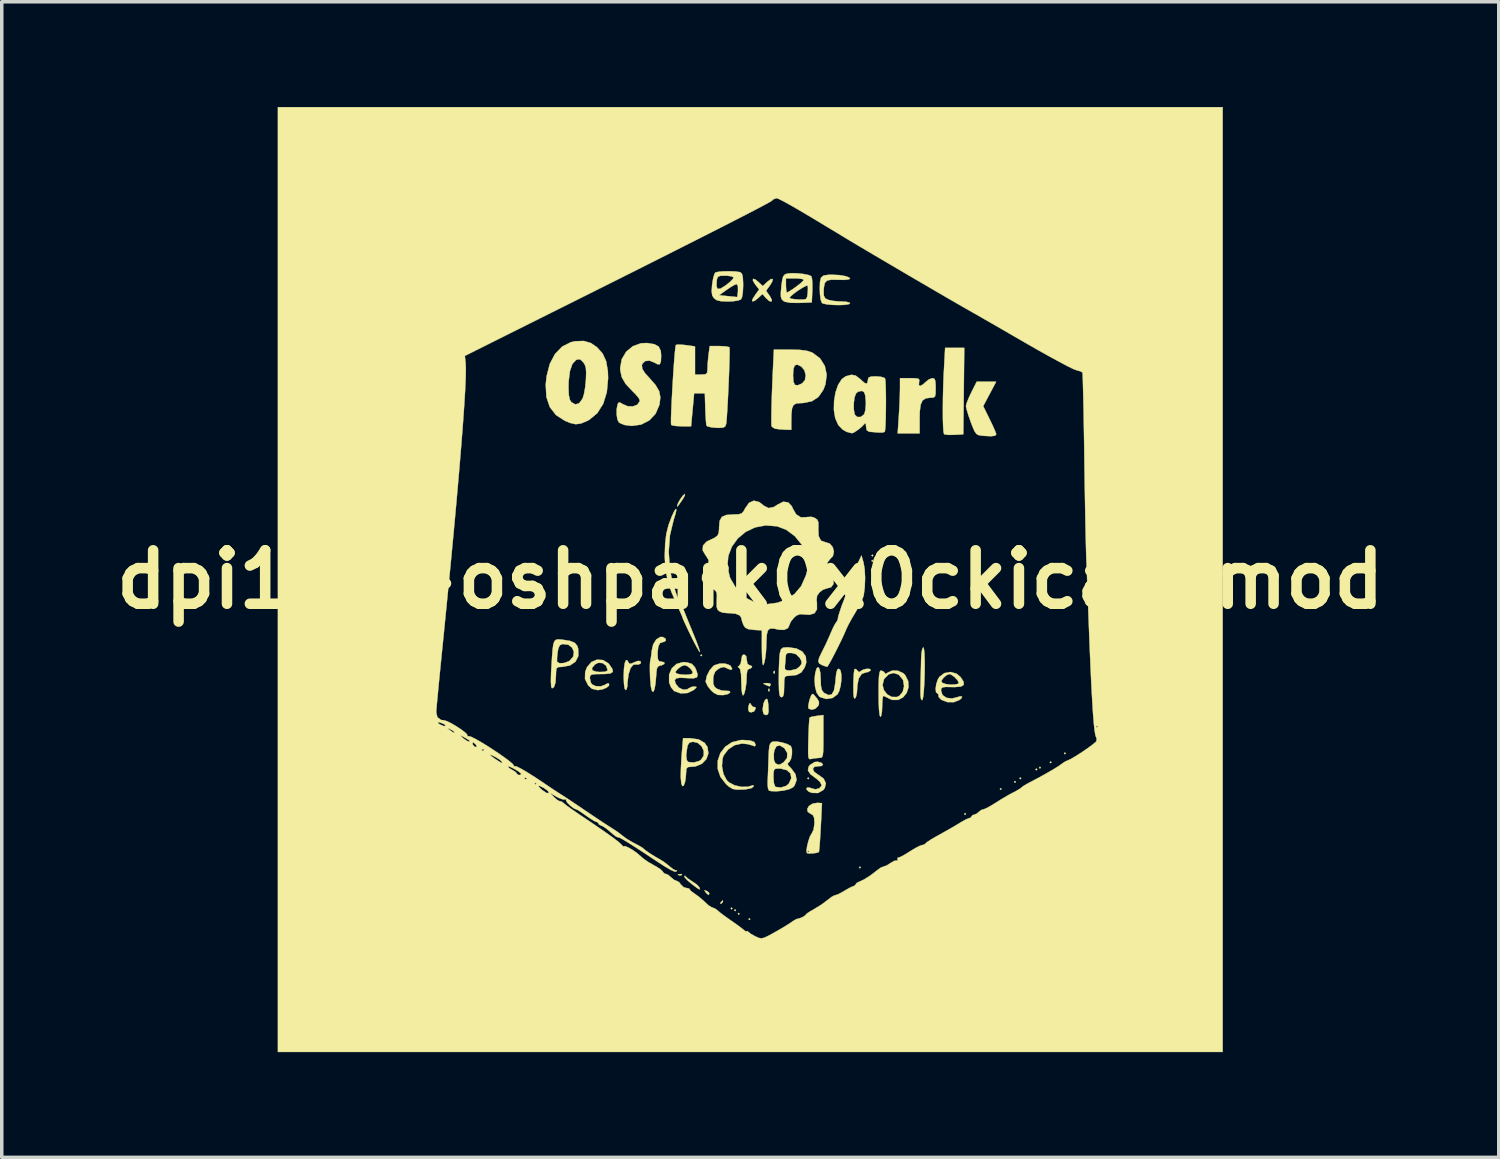
<source format=kicad_pcb>
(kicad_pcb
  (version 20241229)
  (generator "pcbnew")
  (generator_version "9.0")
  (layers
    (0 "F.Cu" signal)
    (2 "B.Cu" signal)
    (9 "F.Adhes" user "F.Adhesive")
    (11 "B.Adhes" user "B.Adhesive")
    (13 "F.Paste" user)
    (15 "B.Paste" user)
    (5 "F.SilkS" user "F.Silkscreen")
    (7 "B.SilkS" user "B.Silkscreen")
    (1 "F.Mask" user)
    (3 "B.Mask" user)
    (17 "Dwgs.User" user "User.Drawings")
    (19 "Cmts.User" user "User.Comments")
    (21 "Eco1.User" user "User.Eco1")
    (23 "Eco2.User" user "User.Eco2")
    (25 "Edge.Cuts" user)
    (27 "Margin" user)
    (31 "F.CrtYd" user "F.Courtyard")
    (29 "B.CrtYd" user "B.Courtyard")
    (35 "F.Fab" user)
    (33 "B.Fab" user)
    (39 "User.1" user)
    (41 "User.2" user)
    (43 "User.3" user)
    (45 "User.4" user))
  (footprint "dpi100-oshpark0x0ckicad_mod"
    (layer "F.Cu")
    (at 18.332 13.467)
    (property "Reference" "dpi100-oshpark0x0ckicad_mod" (at 0 0 0) (layer "F.SilkS") (effects (font (size 1.524 1.524) (thickness 0.3))))
    (attr through_hole)
    (fp_poly (pts (xy -1.372 2.159) (xy -1.397 2.184) (xy -1.422 2.159) (xy -1.397 2.134) (xy -1.372 2.159)) (stroke (width 0.01) (type solid)) (fill yes) (layer "F.SilkS"))
    (fp_poly (pts (xy -0.508 9.373) (xy -0.533 9.398) (xy -0.559 9.373) (xy -0.533 9.347) (xy -0.508 9.373)) (stroke (width 0.01) (type solid)) (fill yes) (layer "F.SilkS"))
    (fp_poly (pts (xy -0.406 9.423) (xy -0.432 9.449) (xy -0.457 9.423) (xy -0.432 9.398) (xy -0.406 9.423)) (stroke (width 0.01) (type solid)) (fill yes) (layer "F.SilkS"))
    (fp_poly (pts (xy -0.305 9.525) (xy -0.33 9.55) (xy -0.356 9.525) (xy -0.33 9.5) (xy -0.305 9.525)) (stroke (width 0.01) (type solid)) (fill yes) (layer "F.SilkS"))
    (fp_poly (pts (xy 0 9.677) (xy -0.025 9.703) (xy -0.051 9.677) (xy -0.025 9.652) (xy 0 9.677)) (stroke (width 0.01) (type solid)) (fill yes) (layer "F.SilkS"))
    (fp_poly (pts (xy 1.676 5.664) (xy 1.651 5.69) (xy 1.626 5.664) (xy 1.651 5.639) (xy 1.676 5.664)) (stroke (width 0.01) (type solid)) (fill yes) (layer "F.SilkS"))
    (fp_poly (pts (xy 3.15 8.204) (xy 3.124 8.23) (xy 3.099 8.204) (xy 3.124 8.179) (xy 3.15 8.204)) (stroke (width 0.01) (type solid)) (fill yes) (layer "F.SilkS"))
    (fp_poly (pts (xy 3.505 -0.686) (xy 3.48 -0.66) (xy 3.454 -0.686) (xy 3.48 -0.711) (xy 3.505 -0.686)) (stroke (width 0.01) (type solid)) (fill yes) (layer "F.SilkS"))
    (fp_poly (pts (xy 3.505 -0.533) (xy 3.48 -0.508) (xy 3.454 -0.533) (xy 3.48 -0.559) (xy 3.505 -0.533)) (stroke (width 0.01) (type solid)) (fill yes) (layer "F.SilkS"))
    (fp_poly (pts (xy 6.147 6.68) (xy 6.121 6.706) (xy 6.096 6.68) (xy 6.121 6.655) (xy 6.147 6.68)) (stroke (width 0.01) (type solid)) (fill yes) (layer "F.SilkS"))
    (fp_poly (pts (xy 7.163 5.969) (xy 7.137 5.994) (xy 7.112 5.969) (xy 7.137 5.944) (xy 7.163 5.969)) (stroke (width 0.01) (type solid)) (fill yes) (layer "F.SilkS"))
    (fp_poly (pts (xy 7.569 5.766) (xy 7.544 5.791) (xy 7.518 5.766) (xy 7.544 5.74) (xy 7.569 5.766)) (stroke (width 0.01) (type solid)) (fill yes) (layer "F.SilkS"))
    (fp_poly (pts (xy 7.722 5.664) (xy 7.696 5.69) (xy 7.671 5.664) (xy 7.696 5.639) (xy 7.722 5.664)) (stroke (width 0.01) (type solid)) (fill yes) (layer "F.SilkS"))
    (fp_poly (pts (xy 8.179 5.41) (xy 8.153 5.436) (xy 8.128 5.41) (xy 8.153 5.385) (xy 8.179 5.41)) (stroke (width 0.01) (type solid)) (fill yes) (layer "F.SilkS"))
    (fp_poly (pts (xy 8.28 5.359) (xy 8.255 5.385) (xy 8.23 5.359) (xy 8.255 5.334) (xy 8.28 5.359)) (stroke (width 0.01) (type solid)) (fill yes) (layer "F.SilkS"))
    (fp_poly (pts (xy 8.585 5.207) (xy 8.56 5.232) (xy 8.534 5.207) (xy 8.56 5.182) (xy 8.585 5.207)) (stroke (width 0.01) (type solid)) (fill yes) (layer "F.SilkS"))
    (fp_poly (pts (xy 8.992 4.953) (xy 8.966 4.978) (xy 8.941 4.953) (xy 8.966 4.928) (xy 8.992 4.953)) (stroke (width 0.01) (type solid)) (fill yes) (layer "F.SilkS"))
    (fp_poly (pts (xy -1.944 8.402) (xy -1.959 8.425) (xy -2.011 8.429) (xy -2.065 8.416) (xy -2.042 8.398) (xy -1.962 8.392) (xy -1.944 8.402)) (stroke (width 0.01) (type solid)) (fill yes) (layer "F.SilkS"))
    (fp_poly (pts (xy 0.542 3.116) (xy 0.548 3.176) (xy 0.542 3.183) (xy 0.512 3.176) (xy 0.508 3.15) (xy 0.527 3.108) (xy 0.542 3.116)) (stroke (width 0.01) (type solid)) (fill yes) (layer "F.SilkS"))
    (fp_poly (pts (xy 0.694 2.608) (xy 0.7 2.668) (xy 0.694 2.675) (xy 0.664 2.668) (xy 0.66 2.642) (xy 0.679 2.6) (xy 0.694 2.608)) (stroke (width 0.01) (type solid)) (fill yes) (layer "F.SilkS"))
    (fp_poly (pts (xy -1.268 8.863) (xy -1.252 8.869) (xy -1.18 8.918) (xy -1.168 8.946) (xy -1.186 8.989) (xy -1.244 8.945) (xy -1.271 8.914) (xy -1.308 8.859) (xy -1.268 8.863)) (stroke (width 0.01) (type solid)) (fill yes) (layer "F.SilkS"))
    (fp_poly (pts (xy -0.778 9.177) (xy -0.787 9.195) (xy -0.835 9.243) (xy -0.844 9.246) (xy -0.848 9.213) (xy -0.838 9.195) (xy -0.79 9.146) (xy -0.781 9.144) (xy -0.778 9.177)) (stroke (width 0.01) (type solid)) (fill yes) (layer "F.SilkS"))
    (fp_poly (pts (xy 0.567 2.962) (xy 0.584 2.997) (xy 0.548 3.043) (xy 0.543 3.044) (xy 0.495 3.024) (xy 0.432 2.997) (xy 0.372 2.966) (xy 0.401 2.953) (xy 0.473 2.95) (xy 0.567 2.962)) (stroke (width 0.01) (type solid)) (fill yes) (layer "F.SilkS"))
    (fp_poly (pts (xy -1.863 -2.402) (xy -1.911 -2.312) (xy -1.936 -2.273) (xy -2.022 -2.149) (xy -2.066 -2.091) (xy -2.081 -2.082) (xy -2.083 -2.105) (xy -2.057 -2.182) (xy -1.997 -2.288) (xy -1.926 -2.386) (xy -1.871 -2.437) (xy -1.865 -2.438) (xy -1.863 -2.402)) (stroke (width 0.01) (type solid)) (fill yes) (layer "F.SilkS"))
    (fp_poly (pts (xy 0.007 3.533) (xy 0.024 3.568) (xy 0.074 3.629) (xy 0.107 3.629) (xy 0.147 3.643) (xy 0.152 3.675) (xy 0.112 3.755) (xy 0.023 3.785) (xy -0.034 3.767) (xy -0.059 3.699) (xy -0.049 3.607) (xy -0.02 3.524) (xy 0.007 3.533)) (stroke (width 0.01) (type solid)) (fill yes) (layer "F.SilkS"))
    (fp_poly (pts (xy 0.495 3.431) (xy 0.511 3.544) (xy 0.516 3.608) (xy 0.521 3.76) (xy 0.504 3.836) (xy 0.459 3.86) (xy 0.445 3.861) (xy 0.382 3.835) (xy 0.358 3.743) (xy 0.356 3.679) (xy 0.375 3.537) (xy 0.421 3.433) (xy 0.427 3.427) (xy 0.47 3.398) (xy 0.495 3.431)) (stroke (width 0.01) (type solid)) (fill yes) (layer "F.SilkS"))
    (fp_poly (pts (xy 1.803 3.271) (xy 1.91 3.399) (xy 1.957 3.483) (xy 1.956 3.551) (xy 1.932 3.604) (xy 1.852 3.681) (xy 1.749 3.709) (xy 1.665 3.678) (xy 1.657 3.667) (xy 1.654 3.596) (xy 1.678 3.469) (xy 1.692 3.419) (xy 1.74 3.291) (xy 1.784 3.257) (xy 1.803 3.271)) (stroke (width 0.01) (type solid)) (fill yes) (layer "F.SilkS"))
    (fp_poly (pts (xy 6.071 -4.14) (xy 5.815 -4.125) (xy 5.661 -4.123) (xy 5.551 -4.135) (xy 5.523 -4.146) (xy 5.507 -4.213) (xy 5.496 -4.365) (xy 5.489 -4.586) (xy 5.488 -4.86) (xy 5.491 -5.172) (xy 5.499 -5.505) (xy 5.512 -5.844) (xy 5.52 -5.986) (xy 5.553 -6.604) (xy 6.098 -6.604) (xy 6.071 -4.14)) (stroke (width 0.01) (type solid)) (fill yes) (layer "F.SilkS"))
    (fp_poly (pts (xy -1.841 8.462) (xy -1.774 8.522) (xy -1.66 8.6) (xy -1.64 8.612) (xy -1.525 8.691) (xy -1.456 8.764) (xy -1.451 8.773) (xy -1.436 8.822) (xy -1.453 8.829) (xy -1.518 8.789) (xy -1.645 8.693) (xy -1.667 8.676) (xy -1.787 8.575) (xy -1.864 8.492) (xy -1.879 8.46) (xy -1.861 8.438) (xy -1.841 8.462)) (stroke (width 0.01) (type solid)) (fill yes) (layer "F.SilkS"))
    (fp_poly (pts (xy 4.949 1.977) (xy 4.963 2.104) (xy 4.97 2.29) (xy 4.971 2.512) (xy 4.967 2.75) (xy 4.958 2.983) (xy 4.944 3.188) (xy 4.927 3.344) (xy 4.905 3.43) (xy 4.897 3.439) (xy 4.867 3.409) (xy 4.851 3.289) (xy 4.85 3.075) (xy 4.851 3.037) (xy 4.857 2.781) (xy 4.864 2.508) (xy 4.869 2.278) (xy 4.869 2.273) (xy 4.88 2.095) (xy 4.902 1.973) (xy 4.929 1.93) (xy 4.949 1.977)) (stroke (width 0.01) (type solid)) (fill yes) (layer "F.SilkS"))
    (fp_poly (pts (xy 2.083 4.471) (xy 2.082 4.728) (xy 2.078 4.9) (xy 2.067 5.004) (xy 2.046 5.058) (xy 2.012 5.078) (xy 1.968 5.081) (xy 1.822 5.095) (xy 1.747 5.11) (xy 1.702 5.118) (xy 1.672 5.104) (xy 1.656 5.049) (xy 1.649 4.939) (xy 1.651 4.757) (xy 1.656 4.545) (xy 1.664 4.31) (xy 1.673 4.115) (xy 1.683 3.982) (xy 1.692 3.93) (xy 1.752 3.91) (xy 1.871 3.889) (xy 1.898 3.885) (xy 2.083 3.861) (xy 2.083 4.471)) (stroke (width 0.01) (type solid)) (fill yes) (layer "F.SilkS"))
    (fp_poly (pts (xy -3.504 2.302) (xy -3.476 2.354) (xy -3.442 2.4) (xy -3.375 2.389) (xy -3.315 2.36) (xy -3.199 2.318) (xy -3.127 2.327) (xy -3.121 2.381) (xy -3.129 2.395) (xy -3.196 2.424) (xy -3.235 2.417) (xy -3.332 2.425) (xy -3.412 2.523) (xy -3.47 2.7) (xy -3.5 2.946) (xy -3.503 3.035) (xy -3.524 3.125) (xy -3.556 3.15) (xy -3.581 3.102) (xy -3.599 2.973) (xy -3.607 2.78) (xy -3.607 2.746) (xy -3.599 2.532) (xy -3.576 2.379) (xy -3.543 2.299) (xy -3.504 2.302)) (stroke (width 0.01) (type solid)) (fill yes) (layer "F.SilkS"))
    (fp_poly (pts (xy 6.823 -5.291) (xy 6.638 -4.943) (xy 6.824 -4.566) (xy 6.91 -4.386) (xy 6.975 -4.239) (xy 7.008 -4.15) (xy 7.01 -4.138) (xy 6.974 -4.099) (xy 6.857 -4.085) (xy 6.653 -4.096) (xy 6.602 -4.101) (xy 6.509 -4.116) (xy 6.445 -4.151) (xy 6.391 -4.227) (xy 6.331 -4.366) (xy 6.284 -4.49) (xy 6.218 -4.678) (xy 6.17 -4.837) (xy 6.147 -4.937) (xy 6.147 -4.946) (xy 6.169 -5.034) (xy 6.226 -5.178) (xy 6.3 -5.335) (xy 6.453 -5.639) (xy 7.007 -5.639) (xy 6.823 -5.291)) (stroke (width 0.01) (type solid)) (fill yes) (layer "F.SilkS"))
    (fp_poly (pts (xy 0.147 -8.55) (xy 0.229 -8.483) (xy 0.356 -8.364) (xy 0.482 -8.483) (xy 0.588 -8.564) (xy 0.639 -8.564) (xy 0.626 -8.493) (xy 0.561 -8.385) (xy 0.45 -8.23) (xy 0.559 -8.077) (xy 0.615 -7.97) (xy 0.602 -7.922) (xy 0.537 -7.941) (xy 0.439 -8.032) (xy 0.348 -8.138) (xy 0.234 -8.032) (xy 0.124 -7.944) (xy 0.061 -7.929) (xy 0.051 -7.955) (xy 0.077 -8.013) (xy 0.143 -8.114) (xy 0.152 -8.127) (xy 0.253 -8.269) (xy 0.146 -8.404) (xy 0.075 -8.519) (xy 0.079 -8.571) (xy 0.147 -8.55)) (stroke (width 0.01) (type solid)) (fill yes) (layer "F.SilkS"))
    (fp_poly (pts (xy 3.408 2.548) (xy 3.434 2.581) (xy 3.429 2.591) (xy 3.357 2.635) (xy 3.307 2.642) (xy 3.177 2.687) (xy 3.089 2.818) (xy 3.05 3.024) (xy 3.048 3.087) (xy 3.038 3.233) (xy 3.013 3.339) (xy 2.983 3.391) (xy 2.956 3.372) (xy 2.941 3.27) (xy 2.941 3.267) (xy 2.938 3.066) (xy 2.941 2.866) (xy 2.95 2.694) (xy 2.964 2.578) (xy 2.975 2.545) (xy 3.02 2.557) (xy 3.049 2.592) (xy 3.101 2.639) (xy 3.158 2.603) (xy 3.233 2.561) (xy 3.329 2.542) (xy 3.408 2.548)) (stroke (width 0.01) (type solid)) (fill yes) (layer "F.SilkS"))
    (fp_poly (pts (xy -0.117 2.179) (xy -0.102 2.286) (xy -0.079 2.407) (xy -0.025 2.438) (xy 0.042 2.466) (xy 0.051 2.489) (xy 0.01 2.534) (xy -0.025 2.54) (xy -0.08 2.576) (xy -0.101 2.694) (xy -0.102 2.731) (xy -0.111 2.928) (xy -0.135 3.106) (xy -0.167 3.239) (xy -0.203 3.3) (xy -0.21 3.302) (xy -0.231 3.255) (xy -0.247 3.132) (xy -0.254 2.957) (xy -0.254 2.925) (xy -0.263 2.69) (xy -0.29 2.554) (xy -0.318 2.519) (xy -0.355 2.485) (xy -0.318 2.46) (xy -0.272 2.392) (xy -0.254 2.282) (xy -0.231 2.164) (xy -0.178 2.134) (xy -0.117 2.179)) (stroke (width 0.01) (type solid)) (fill yes) (layer "F.SilkS"))
    (fp_poly (pts (xy 1.969 2.54) (xy 1.997 2.663) (xy 2.007 2.84) (xy 2.013 3.029) (xy 2.038 3.145) (xy 2.087 3.215) (xy 2.105 3.23) (xy 2.231 3.293) (xy 2.324 3.27) (xy 2.387 3.156) (xy 2.423 2.947) (xy 2.429 2.874) (xy 2.449 2.678) (xy 2.479 2.571) (xy 2.521 2.54) (xy 2.57 2.584) (xy 2.594 2.698) (xy 2.596 2.854) (xy 2.576 3.021) (xy 2.536 3.173) (xy 2.486 3.27) (xy 2.345 3.374) (xy 2.17 3.403) (xy 1.998 3.352) (xy 1.964 3.33) (xy 1.89 3.22) (xy 1.845 3.044) (xy 1.833 2.833) (xy 1.851 2.667) (xy 1.889 2.534) (xy 1.931 2.495) (xy 1.969 2.54)) (stroke (width 0.01) (type solid)) (fill yes) (layer "F.SilkS"))
    (fp_poly (pts (xy 2.033 5.225) (xy 2.071 5.274) (xy 2.032 5.312) (xy 1.948 5.319) (xy 1.827 5.336) (xy 1.784 5.396) (xy 1.82 5.479) (xy 1.935 5.563) (xy 1.948 5.569) (xy 2.093 5.676) (xy 2.154 5.806) (xy 2.123 5.941) (xy 2.077 6) (xy 1.929 6.083) (xy 1.755 6.079) (xy 1.663 6.041) (xy 1.599 5.976) (xy 1.615 5.929) (xy 1.693 5.929) (xy 1.732 5.946) (xy 1.856 5.977) (xy 1.967 5.95) (xy 2.027 5.878) (xy 2.03 5.851) (xy 1.989 5.769) (xy 1.89 5.678) (xy 1.869 5.664) (xy 1.71 5.543) (xy 1.643 5.437) (xy 1.663 5.335) (xy 1.701 5.284) (xy 1.833 5.2) (xy 1.924 5.192) (xy 2.033 5.225)) (stroke (width 0.01) (type solid)) (fill yes) (layer "F.SilkS"))
    (fp_poly (pts (xy 4.714 -5.737) (xy 4.795 -5.721) (xy 4.819 -5.685) (xy 4.811 -5.639) (xy 4.805 -5.539) (xy 4.853 -5.519) (xy 4.945 -5.58) (xy 4.98 -5.615) (xy 5.087 -5.702) (xy 5.186 -5.74) (xy 5.19 -5.74) (xy 5.244 -5.725) (xy 5.273 -5.665) (xy 5.283 -5.535) (xy 5.283 -5.461) (xy 5.281 -5.301) (xy 5.264 -5.218) (xy 5.219 -5.187) (xy 5.134 -5.182) (xy 4.999 -5.165) (xy 4.909 -5.104) (xy 4.855 -4.984) (xy 4.83 -4.789) (xy 4.826 -4.594) (xy 4.826 -4.166) (xy 4.201 -4.166) (xy 4.234 -4.661) (xy 4.249 -4.917) (xy 4.26 -5.172) (xy 4.266 -5.386) (xy 4.267 -5.448) (xy 4.267 -5.74) (xy 4.553 -5.74) (xy 4.714 -5.737)) (stroke (width 0.01) (type solid)) (fill yes) (layer "F.SilkS"))
    (fp_poly (pts (xy -0.709 2.396) (xy -0.583 2.442) (xy -0.558 2.465) (xy -0.515 2.546) (xy -0.549 2.574) (xy -0.644 2.538) (xy -0.656 2.531) (xy -0.75 2.491) (xy -0.847 2.513) (xy -0.902 2.542) (xy -1 2.62) (xy -1.046 2.737) (xy -1.057 2.826) (xy -1.055 2.973) (xy -1.014 3.062) (xy -0.955 3.11) (xy -0.814 3.163) (xy -0.695 3.171) (xy -0.591 3.177) (xy -0.572 3.216) (xy -0.631 3.26) (xy -0.751 3.289) (xy -0.779 3.292) (xy -0.924 3.287) (xy -1.041 3.226) (xy -1.118 3.157) (xy -1.214 3.036) (xy -1.267 2.923) (xy -1.27 2.897) (xy -1.237 2.741) (xy -1.155 2.58) (xy -1.049 2.46) (xy -1.019 2.44) (xy -0.869 2.394) (xy -0.709 2.396)) (stroke (width 0.01) (type solid)) (fill yes) (layer "F.SilkS"))
    (fp_poly (pts (xy 1.928 6.364) (xy 2.043 6.372) (xy 2.009 7.059) (xy 1.994 7.312) (xy 1.98 7.526) (xy 1.967 7.682) (xy 1.956 7.76) (xy 1.954 7.766) (xy 1.889 7.788) (xy 1.777 7.803) (xy 1.668 7.806) (xy 1.614 7.794) (xy 1.606 7.747) (xy 1.626 7.747) (xy 1.651 7.772) (xy 1.676 7.747) (xy 1.651 7.722) (xy 1.626 7.747) (xy 1.606 7.747) (xy 1.603 7.725) (xy 1.62 7.597) (xy 1.657 7.448) (xy 1.704 7.314) (xy 1.752 7.233) (xy 1.804 7.126) (xy 1.828 6.962) (xy 1.829 6.934) (xy 1.819 6.786) (xy 1.781 6.709) (xy 1.727 6.68) (xy 1.637 6.619) (xy 1.624 6.535) (xy 1.675 6.45) (xy 1.777 6.386) (xy 1.914 6.363) (xy 1.928 6.364)) (stroke (width 0.01) (type solid)) (fill yes) (layer "F.SilkS"))
    (fp_poly (pts (xy 2.536 -8.677) (xy 2.704 -8.649) (xy 2.814 -8.611) (xy 2.845 -8.575) (xy 2.798 -8.552) (xy 2.674 -8.541) (xy 2.513 -8.543) (xy 2.31 -8.546) (xy 2.187 -8.521) (xy 2.123 -8.452) (xy 2.097 -8.322) (xy 2.091 -8.226) (xy 2.096 -8.089) (xy 2.136 -8.015) (xy 2.213 -7.974) (xy 2.343 -7.944) (xy 2.519 -7.927) (xy 2.594 -7.925) (xy 2.738 -7.916) (xy 2.829 -7.892) (xy 2.845 -7.874) (xy 2.799 -7.846) (xy 2.682 -7.829) (xy 2.522 -7.823) (xy 2.348 -7.828) (xy 2.19 -7.842) (xy 2.076 -7.866) (xy 2.042 -7.884) (xy 2.009 -7.968) (xy 1.987 -8.124) (xy 1.981 -8.285) (xy 1.987 -8.486) (xy 2.017 -8.605) (xy 2.09 -8.665) (xy 2.223 -8.685) (xy 2.335 -8.687) (xy 2.536 -8.677)) (stroke (width 0.01) (type solid)) (fill yes) (layer "F.SilkS"))
    (fp_poly (pts (xy -2.419 1.679) (xy -2.403 1.738) (xy -2.457 1.776) (xy -2.48 1.778) (xy -2.569 1.807) (xy -2.621 1.902) (xy -2.641 2.079) (xy -2.642 2.138) (xy -2.633 2.269) (xy -2.597 2.326) (xy -2.54 2.337) (xy -2.453 2.358) (xy -2.449 2.403) (xy -2.526 2.443) (xy -2.553 2.448) (xy -2.622 2.471) (xy -2.66 2.534) (xy -2.677 2.663) (xy -2.68 2.718) (xy -2.702 2.972) (xy -2.732 3.133) (xy -2.767 3.202) (xy -2.802 3.174) (xy -2.832 3.05) (xy -2.853 2.827) (xy -2.855 2.781) (xy -2.861 2.582) (xy -2.86 2.422) (xy -2.854 2.327) (xy -2.851 2.316) (xy -2.834 2.241) (xy -2.817 2.105) (xy -2.81 2.037) (xy -2.767 1.847) (xy -2.68 1.708) (xy -2.566 1.637) (xy -2.498 1.636) (xy -2.419 1.679)) (stroke (width 0.01) (type solid)) (fill yes) (layer "F.SilkS"))
    (fp_poly (pts (xy -0.004 4.586) (xy 0.115 4.631) (xy 0.152 4.706) (xy 0.132 4.752) (xy 0.058 4.728) (xy 0.054 4.726) (xy -0.061 4.692) (xy -0.217 4.674) (xy -0.245 4.674) (xy -0.448 4.72) (xy -0.63 4.841) (xy -0.759 5.013) (xy -0.79 5.098) (xy -0.808 5.318) (xy -0.766 5.537) (xy -0.672 5.716) (xy -0.612 5.777) (xy -0.449 5.863) (xy -0.252 5.908) (xy -0.066 5.905) (xy 0.019 5.879) (xy 0.088 5.858) (xy 0.091 5.901) (xy 0.024 5.948) (xy -0.134 5.978) (xy -0.218 5.984) (xy -0.39 5.987) (xy -0.506 5.965) (xy -0.607 5.902) (xy -0.687 5.832) (xy -0.85 5.624) (xy -0.928 5.395) (xy -0.927 5.164) (xy -0.854 4.948) (xy -0.716 4.766) (xy -0.521 4.635) (xy -0.273 4.574) (xy -0.213 4.572) (xy -0.004 4.586)) (stroke (width 0.01) (type solid)) (fill yes) (layer "F.SilkS"))
    (fp_poly (pts (xy -1.476 4.554) (xy -1.302 4.653) (xy -1.22 4.772) (xy -1.194 4.952) (xy -1.252 5.118) (xy -1.379 5.249) (xy -1.559 5.324) (xy -1.662 5.334) (xy -1.777 5.344) (xy -1.822 5.394) (xy -1.829 5.499) (xy -1.84 5.655) (xy -1.861 5.779) (xy -1.901 5.878) (xy -1.938 5.885) (xy -1.966 5.806) (xy -1.98 5.65) (xy -1.981 5.596) (xy -1.977 5.388) (xy -1.964 5.135) (xy -1.955 5.006) (xy -1.827 5.006) (xy -1.81 5.148) (xy -1.765 5.199) (xy -1.616 5.215) (xy -1.458 5.171) (xy -1.403 5.135) (xy -1.327 5.017) (xy -1.327 4.878) (xy -1.389 4.747) (xy -1.502 4.652) (xy -1.627 4.623) (xy -1.729 4.641) (xy -1.781 4.717) (xy -1.797 4.782) (xy -1.827 5.006) (xy -1.955 5.006) (xy -1.948 4.91) (xy -1.915 4.521) (xy -1.722 4.521) (xy -1.476 4.554)) (stroke (width 0.01) (type solid)) (fill yes) (layer "F.SilkS"))
    (fp_poly (pts (xy -2.107 -1.988) (xy -2.13 -1.878) (xy -2.184 -1.702) (xy -2.289 -1.268) (xy -2.325 -0.793) (xy -2.292 -0.31) (xy -2.237 -0.025) (xy -2.179 0.191) (xy -2.12 0.379) (xy -2.07 0.511) (xy -2.054 0.543) (xy -1.993 0.655) (xy -1.92 0.816) (xy -1.886 0.898) (xy -1.822 1.058) (xy -1.734 1.275) (xy -1.638 1.509) (xy -1.603 1.593) (xy -1.525 1.788) (xy -1.468 1.945) (xy -1.438 2.043) (xy -1.437 2.064) (xy -1.466 2.03) (xy -1.528 1.921) (xy -1.615 1.757) (xy -1.694 1.598) (xy -1.791 1.396) (xy -1.869 1.23) (xy -1.918 1.119) (xy -1.93 1.085) (xy -1.95 1.029) (xy -2.004 0.906) (xy -2.079 0.742) (xy -2.089 0.719) (xy -2.251 0.345) (xy -2.357 0.016) (xy -2.416 -0.299) (xy -2.437 -0.635) (xy -2.437 -0.686) (xy -2.426 -1.028) (xy -2.392 -1.307) (xy -2.328 -1.559) (xy -2.235 -1.803) (xy -2.163 -1.956) (xy -2.119 -2.016) (xy -2.107 -1.988)) (stroke (width 0.01) (type solid)) (fill yes) (layer "F.SilkS"))
    (fp_poly (pts (xy -5.364 1.713) (xy -5.343 1.715) (xy -5.133 1.749) (xy -5.003 1.802) (xy -4.931 1.888) (xy -4.904 1.972) (xy -4.9 2.179) (xy -4.982 2.341) (xy -5.141 2.448) (xy -5.368 2.489) (xy -5.388 2.489) (xy -5.48 2.496) (xy -5.524 2.536) (xy -5.536 2.637) (xy -5.537 2.714) (xy -5.552 2.938) (xy -5.595 3.066) (xy -5.651 3.099) (xy -5.674 3.049) (xy -5.682 2.899) (xy -5.676 2.649) (xy -5.668 2.502) (xy -5.657 2.329) (xy -5.507 2.329) (xy -5.502 2.349) (xy -5.431 2.385) (xy -5.31 2.378) (xy -5.181 2.332) (xy -5.142 2.309) (xy -5.044 2.192) (xy -5.026 2.06) (xy -5.078 1.94) (xy -5.187 1.856) (xy -5.343 1.837) (xy -5.349 1.838) (xy -5.424 1.869) (xy -5.468 1.951) (xy -5.493 2.083) (xy -5.507 2.228) (xy -5.507 2.329) (xy -5.657 2.329) (xy -5.649 2.198) (xy -5.632 1.981) (xy -5.611 1.837) (xy -5.579 1.752) (xy -5.531 1.713) (xy -5.462 1.704) (xy -5.364 1.713)) (stroke (width 0.01) (type solid)) (fill yes) (layer "F.SilkS"))
    (fp_poly (pts (xy -4.197 2.294) (xy -4.045 2.387) (xy -4.017 2.42) (xy -3.93 2.548) (xy -3.916 2.629) (xy -3.984 2.674) (xy -4.141 2.691) (xy -4.242 2.692) (xy -4.42 2.695) (xy -4.519 2.708) (xy -4.562 2.74) (xy -4.572 2.798) (xy -4.572 2.809) (xy -4.547 2.929) (xy -4.511 2.987) (xy -4.402 3.038) (xy -4.259 3.042) (xy -4.14 3) (xy -4.126 2.988) (xy -4.055 2.955) (xy -4.027 2.967) (xy -4.025 3.021) (xy -4.095 3.08) (xy -4.21 3.128) (xy -4.341 3.15) (xy -4.349 3.15) (xy -4.512 3.112) (xy -4.619 3.016) (xy -4.711 2.831) (xy -4.705 2.631) (xy -4.661 2.52) (xy -4.511 2.52) (xy -4.5 2.588) (xy -4.394 2.625) (xy -4.293 2.634) (xy -4.133 2.627) (xy -4.067 2.591) (xy -4.065 2.579) (xy -4.108 2.453) (xy -4.211 2.379) (xy -4.337 2.372) (xy -4.427 2.42) (xy -4.511 2.52) (xy -4.661 2.52) (xy -4.65 2.493) (xy -4.528 2.35) (xy -4.368 2.283) (xy -4.197 2.294)) (stroke (width 0.01) (type solid)) (fill yes) (layer "F.SilkS"))
    (fp_poly (pts (xy 1.313 1.963) (xy 1.486 2.054) (xy 1.583 2.192) (xy 1.595 2.369) (xy 1.55 2.505) (xy 1.455 2.645) (xy 1.319 2.719) (xy 1.117 2.742) (xy 1.105 2.743) (xy 1.028 2.748) (xy 0.986 2.779) (xy 0.969 2.861) (xy 0.965 3.016) (xy 0.965 3.048) (xy 0.959 3.225) (xy 0.939 3.32) (xy 0.898 3.352) (xy 0.889 3.353) (xy 0.855 3.337) (xy 0.832 3.278) (xy 0.819 3.16) (xy 0.814 2.966) (xy 0.813 2.8) (xy 0.816 2.556) (xy 0.816 2.547) (xy 0.987 2.547) (xy 1.035 2.585) (xy 1.138 2.591) (xy 1.312 2.551) (xy 1.4 2.486) (xy 1.462 2.401) (xy 1.459 2.325) (xy 1.419 2.244) (xy 1.31 2.129) (xy 1.18 2.092) (xy 1.065 2.092) (xy 1.019 2.134) (xy 1.01 2.194) (xy 0.999 2.338) (xy 0.988 2.451) (xy 0.987 2.547) (xy 0.816 2.547) (xy 0.824 2.334) (xy 0.835 2.163) (xy 0.845 2.089) (xy 0.876 1.985) (xy 0.937 1.94) (xy 1.062 1.93) (xy 1.071 1.93) (xy 1.313 1.963)) (stroke (width 0.01) (type solid)) (fill yes) (layer "F.SilkS"))
    (fp_poly (pts (xy -1.8 2.36) (xy -1.663 2.405) (xy -1.578 2.499) (xy -1.542 2.576) (xy -1.5 2.708) (xy -1.519 2.783) (xy -1.611 2.814) (xy -1.789 2.809) (xy -1.81 2.807) (xy -2.007 2.798) (xy -2.117 2.817) (xy -2.153 2.872) (xy -2.126 2.968) (xy -2.125 2.971) (xy -2.038 3.078) (xy -1.919 3.136) (xy -1.805 3.132) (xy -1.764 3.105) (xy -1.668 3.058) (xy -1.603 3.05) (xy -1.536 3.056) (xy -1.543 3.085) (xy -1.619 3.151) (xy -1.789 3.233) (xy -1.986 3.243) (xy -2.165 3.178) (xy -2.171 3.174) (xy -2.259 3.069) (xy -2.313 2.932) (xy -2.313 2.711) (xy -2.286 2.646) (xy -2.134 2.646) (xy -2.089 2.682) (xy -1.981 2.705) (xy -1.846 2.714) (xy -1.722 2.706) (xy -1.645 2.678) (xy -1.644 2.677) (xy -1.646 2.619) (xy -1.704 2.539) (xy -1.79 2.468) (xy -1.871 2.438) (xy -1.962 2.47) (xy -2.061 2.542) (xy -2.127 2.62) (xy -2.134 2.646) (xy -2.286 2.646) (xy -2.237 2.53) (xy -2.099 2.404) (xy -1.915 2.352) (xy -1.8 2.36)) (stroke (width 0.01) (type solid)) (fill yes) (layer "F.SilkS"))
    (fp_poly (pts (xy 1.137 -6.553) (xy 1.41 -6.546) (xy 1.606 -6.521) (xy 1.75 -6.476) (xy 1.774 -6.464) (xy 1.988 -6.304) (xy 2.124 -6.089) (xy 2.177 -5.838) (xy 2.143 -5.566) (xy 2.082 -5.408) (xy 1.942 -5.204) (xy 1.753 -5.081) (xy 1.501 -5.031) (xy 1.43 -5.029) (xy 1.31 -5.019) (xy 1.233 -4.975) (xy 1.191 -4.879) (xy 1.172 -4.714) (xy 1.169 -4.534) (xy 1.168 -4.267) (xy 0.978 -4.273) (xy 0.827 -4.283) (xy 0.708 -4.3) (xy 0.699 -4.302) (xy 0.62 -4.351) (xy 0.604 -4.385) (xy 0.601 -4.495) (xy 0.602 -4.687) (xy 0.607 -4.938) (xy 0.615 -5.23) (xy 0.626 -5.541) (xy 0.638 -5.814) (xy 1.219 -5.814) (xy 1.231 -5.635) (xy 1.273 -5.547) (xy 1.356 -5.538) (xy 1.477 -5.59) (xy 1.558 -5.684) (xy 1.58 -5.821) (xy 1.544 -5.963) (xy 1.453 -6.072) (xy 1.45 -6.074) (xy 1.338 -6.127) (xy 1.266 -6.103) (xy 1.229 -5.996) (xy 1.219 -5.814) (xy 0.638 -5.814) (xy 0.639 -5.851) (xy 0.642 -5.905) (xy 0.673 -6.553) (xy 1.137 -6.553)) (stroke (width 0.01) (type solid)) (fill yes) (layer "F.SilkS"))
    (fp_poly (pts (xy 3.81 2.629) (xy 3.825 2.654) (xy 3.859 2.692) (xy 3.915 2.654) (xy 4.047 2.593) (xy 4.208 2.599) (xy 4.358 2.668) (xy 4.416 2.725) (xy 4.5 2.894) (xy 4.51 3.069) (xy 4.457 3.23) (xy 4.355 3.356) (xy 4.215 3.429) (xy 4.052 3.43) (xy 3.973 3.4) (xy 3.863 3.344) (xy 3.797 3.312) (xy 3.777 3.348) (xy 3.764 3.46) (xy 3.759 3.603) (xy 3.752 3.767) (xy 3.732 3.878) (xy 3.708 3.912) (xy 3.687 3.863) (xy 3.67 3.723) (xy 3.66 3.502) (xy 3.658 3.251) (xy 3.659 3.005) (xy 3.77 3.005) (xy 3.809 3.152) (xy 3.902 3.272) (xy 4.031 3.344) (xy 4.175 3.347) (xy 4.251 3.313) (xy 4.345 3.199) (xy 4.383 3.039) (xy 4.357 2.873) (xy 4.344 2.846) (xy 4.229 2.709) (xy 4.088 2.661) (xy 3.944 2.7) (xy 3.821 2.826) (xy 3.807 2.851) (xy 3.77 3.005) (xy 3.659 3.005) (xy 3.66 2.973) (xy 3.666 2.783) (xy 3.68 2.665) (xy 3.701 2.606) (xy 3.73 2.591) (xy 3.81 2.629)) (stroke (width 0.01) (type solid)) (fill yes) (layer "F.SilkS"))
    (fp_poly (pts (xy -4.543 -6.741) (xy -4.371 -6.623) (xy -4.21 -6.445) (xy -4.108 -6.224) (xy -4.059 -5.941) (xy -4.052 -5.74) (xy -4.088 -5.343) (xy -4.191 -5.009) (xy -4.36 -4.743) (xy -4.59 -4.552) (xy -4.649 -4.521) (xy -4.827 -4.447) (xy -4.974 -4.428) (xy -5.132 -4.463) (xy -5.283 -4.525) (xy -5.537 -4.689) (xy -5.713 -4.915) (xy -5.81 -5.204) (xy -5.825 -5.477) (xy -5.181 -5.477) (xy -5.172 -5.259) (xy -5.141 -5.121) (xy -5.099 -5.056) (xy -4.984 -4.991) (xy -4.875 -5.026) (xy -4.78 -5.156) (xy -4.779 -5.157) (xy -4.74 -5.283) (xy -4.706 -5.472) (xy -4.685 -5.682) (xy -4.684 -5.69) (xy -4.677 -5.897) (xy -4.686 -6.034) (xy -4.717 -6.127) (xy -4.76 -6.192) (xy -4.842 -6.272) (xy -4.917 -6.277) (xy -4.967 -6.255) (xy -5.07 -6.144) (xy -5.14 -5.942) (xy -5.176 -5.655) (xy -5.181 -5.477) (xy -5.825 -5.477) (xy -5.829 -5.558) (xy -5.803 -5.803) (xy -5.713 -6.149) (xy -5.563 -6.431) (xy -5.362 -6.639) (xy -5.116 -6.764) (xy -4.99 -6.792) (xy -4.744 -6.8) (xy -4.543 -6.741)) (stroke (width 0.01) (type solid)) (fill yes) (layer "F.SilkS"))
    (fp_poly (pts (xy -2.731 -6.707) (xy -2.609 -6.638) (xy -2.551 -6.516) (xy -2.54 -6.378) (xy -2.548 -6.212) (xy -2.58 -6.136) (xy -2.647 -6.137) (xy -2.721 -6.179) (xy -2.868 -6.239) (xy -2.996 -6.227) (xy -3.077 -6.149) (xy -3.09 -6.102) (xy -3.075 -6.001) (xy -2.995 -5.876) (xy -2.877 -5.747) (xy -2.699 -5.544) (xy -2.597 -5.369) (xy -2.563 -5.196) (xy -2.586 -4.998) (xy -2.592 -4.974) (xy -2.699 -4.725) (xy -2.878 -4.536) (xy -3.11 -4.417) (xy -3.378 -4.379) (xy -3.581 -4.406) (xy -3.698 -4.451) (xy -3.747 -4.482) (xy -3.787 -4.565) (xy -3.808 -4.706) (xy -3.806 -4.864) (xy -3.78 -4.996) (xy -3.779 -4.999) (xy -3.747 -5.05) (xy -3.689 -5.035) (xy -3.641 -5.003) (xy -3.494 -4.94) (xy -3.345 -4.935) (xy -3.222 -4.982) (xy -3.155 -5.074) (xy -3.15 -5.114) (xy -3.184 -5.181) (xy -3.274 -5.287) (xy -3.358 -5.37) (xy -3.551 -5.575) (xy -3.663 -5.768) (xy -3.706 -5.971) (xy -3.708 -6.03) (xy -3.662 -6.282) (xy -3.535 -6.495) (xy -3.345 -6.651) (xy -3.111 -6.735) (xy -2.935 -6.741) (xy -2.731 -6.707)) (stroke (width 0.01) (type solid)) (fill yes) (layer "F.SilkS"))
    (fp_poly (pts (xy 5.879 2.682) (xy 5.993 2.778) (xy 6.079 2.912) (xy 6.084 3) (xy 6.003 3.049) (xy 5.83 3.064) (xy 5.752 3.063) (xy 5.579 3.059) (xy 5.484 3.07) (xy 5.444 3.101) (xy 5.436 3.162) (xy 5.436 3.168) (xy 5.479 3.292) (xy 5.591 3.37) (xy 5.745 3.389) (xy 5.854 3.364) (xy 5.984 3.327) (xy 6.039 3.337) (xy 6.011 3.389) (xy 5.965 3.428) (xy 5.806 3.493) (xy 5.618 3.492) (xy 5.449 3.428) (xy 5.446 3.426) (xy 5.372 3.352) (xy 5.362 3.299) (xy 5.354 3.254) (xy 5.337 3.251) (xy 5.293 3.209) (xy 5.283 3.105) (xy 5.303 2.971) (xy 5.335 2.878) (xy 5.448 2.878) (xy 5.459 2.927) (xy 5.488 2.949) (xy 5.583 2.981) (xy 5.713 2.995) (xy 5.839 2.99) (xy 5.926 2.969) (xy 5.944 2.946) (xy 5.906 2.866) (xy 5.818 2.774) (xy 5.719 2.706) (xy 5.672 2.692) (xy 5.59 2.727) (xy 5.509 2.797) (xy 5.448 2.878) (xy 5.335 2.878) (xy 5.349 2.841) (xy 5.388 2.775) (xy 5.533 2.665) (xy 5.707 2.634) (xy 5.879 2.682)) (stroke (width 0.01) (type solid)) (fill yes) (layer "F.SilkS"))
    (fp_poly (pts (xy 3.228 -0.483) (xy 3.26 -0.295) (xy 3.272 -0.051) (xy 3.263 0.209) (xy 3.234 0.442) (xy 3.229 0.465) (xy 3.189 0.573) (xy 3.11 0.734) (xy 3.008 0.916) (xy 2.995 0.938) (xy 2.889 1.117) (xy 2.801 1.277) (xy 2.748 1.386) (xy 2.744 1.394) (xy 2.69 1.522) (xy 2.611 1.694) (xy 2.516 1.888) (xy 2.417 2.085) (xy 2.324 2.263) (xy 2.248 2.401) (xy 2.2 2.477) (xy 2.19 2.486) (xy 2.123 2.466) (xy 2.045 2.437) (xy 1.965 2.392) (xy 1.938 2.329) (xy 1.964 2.225) (xy 2.043 2.06) (xy 2.054 2.039) (xy 2.148 1.85) (xy 2.247 1.631) (xy 2.293 1.524) (xy 2.362 1.369) (xy 2.422 1.255) (xy 2.453 1.214) (xy 2.493 1.148) (xy 2.493 1.137) (xy 2.505 1.061) (xy 2.541 0.941) (xy 2.541 0.94) (xy 2.578 0.831) (xy 2.595 0.776) (xy 2.595 0.776) (xy 2.613 0.726) (xy 2.656 0.618) (xy 2.667 0.591) (xy 2.727 0.422) (xy 2.768 0.256) (xy 2.768 0.255) (xy 2.804 0.133) (xy 2.872 -0.046) (xy 2.96 -0.248) (xy 2.983 -0.297) (xy 3.169 -0.686) (xy 3.228 -0.483)) (stroke (width 0.01) (type solid)) (fill yes) (layer "F.SilkS"))
    (fp_poly (pts (xy 1.346 -8.727) (xy 1.521 -8.708) (xy 1.665 -8.678) (xy 1.739 -8.645) (xy 1.759 -8.575) (xy 1.769 -8.434) (xy 1.768 -8.252) (xy 1.768 -8.25) (xy 1.753 -7.899) (xy 1.397 -7.885) (xy 1.147 -7.887) (xy 0.989 -7.917) (xy 0.945 -7.94) (xy 0.895 -7.99) (xy 0.884 -8.025) (xy 1.118 -8.025) (xy 1.163 -8.005) (xy 1.28 -7.988) (xy 1.366 -7.982) (xy 1.514 -7.979) (xy 1.59 -7.998) (xy 1.621 -8.056) (xy 1.634 -8.146) (xy 1.643 -8.28) (xy 1.638 -8.37) (xy 1.636 -8.375) (xy 1.593 -8.372) (xy 1.497 -8.323) (xy 1.374 -8.246) (xy 1.253 -8.159) (xy 1.158 -8.08) (xy 1.118 -8.027) (xy 1.118 -8.025) (xy 0.884 -8.025) (xy 0.872 -8.062) (xy 0.871 -8.184) (xy 0.886 -8.348) (xy 0.909 -8.531) (xy 0.924 -8.585) (xy 1.016 -8.585) (xy 1.016 -8.382) (xy 1.023 -8.255) (xy 1.039 -8.184) (xy 1.046 -8.179) (xy 1.1 -8.206) (xy 1.209 -8.276) (xy 1.3 -8.34) (xy 1.424 -8.436) (xy 1.506 -8.513) (xy 1.524 -8.543) (xy 1.478 -8.567) (xy 1.361 -8.582) (xy 1.27 -8.585) (xy 1.016 -8.585) (xy 0.924 -8.585) (xy 0.937 -8.638) (xy 0.981 -8.692) (xy 1.05 -8.719) (xy 1.177 -8.732) (xy 1.346 -8.727)) (stroke (width 0.01) (type solid)) (fill yes) (layer "F.SilkS"))
    (fp_poly (pts (xy -1.927 -6.691) (xy -1.832 -6.681) (xy -1.575 -6.645) (xy -1.575 -5.842) (xy -1.397 -5.842) (xy -1.278 -5.85) (xy -1.229 -5.894) (xy -1.219 -6.004) (xy -1.219 -6.013) (xy -1.212 -6.173) (xy -1.194 -6.365) (xy -1.187 -6.419) (xy -1.155 -6.655) (xy -0.885 -6.655) (xy -0.73 -6.648) (xy -0.623 -6.631) (xy -0.594 -6.617) (xy -0.59 -6.556) (xy -0.59 -6.412) (xy -0.595 -6.204) (xy -0.603 -5.949) (xy -0.614 -5.667) (xy -0.627 -5.376) (xy -0.641 -5.093) (xy -0.655 -4.838) (xy -0.669 -4.629) (xy -0.681 -4.484) (xy -0.689 -4.431) (xy -0.715 -4.363) (xy -0.773 -4.331) (xy -0.892 -4.323) (xy -0.971 -4.325) (xy -1.122 -4.341) (xy -1.224 -4.369) (xy -1.248 -4.39) (xy -1.259 -4.463) (xy -1.27 -4.611) (xy -1.279 -4.805) (xy -1.282 -4.877) (xy -1.295 -5.308) (xy -1.448 -5.308) (xy -1.6 -5.309) (xy -1.687 -4.369) (xy -1.958 -4.369) (xy -2.114 -4.376) (xy -2.224 -4.394) (xy -2.254 -4.409) (xy -2.259 -4.471) (xy -2.258 -4.615) (xy -2.251 -4.825) (xy -2.239 -5.081) (xy -2.224 -5.367) (xy -2.207 -5.663) (xy -2.189 -5.952) (xy -2.17 -6.216) (xy -2.152 -6.438) (xy -2.136 -6.598) (xy -2.122 -6.68) (xy -2.119 -6.686) (xy -2.056 -6.697) (xy -1.927 -6.691)) (stroke (width 0.01) (type solid)) (fill yes) (layer "F.SilkS"))
    (fp_poly (pts (xy -0.423 -8.78) (xy -0.302 -8.763) (xy -0.284 -8.758) (xy -0.238 -8.715) (xy -0.213 -8.619) (xy -0.204 -8.447) (xy -0.203 -8.387) (xy -0.212 -8.192) (xy -0.236 -8.047) (xy -0.264 -7.986) (xy -0.346 -7.953) (xy -0.496 -7.931) (xy -0.637 -7.925) (xy -0.834 -7.933) (xy -0.958 -7.963) (xy -1.035 -8.019) (xy -1.083 -8.096) (xy -1.084 -8.103) (xy -0.889 -8.103) (xy -0.635 -8.077) (xy -0.489 -8.062) (xy -0.393 -8.053) (xy -0.373 -8.051) (xy -0.364 -8.096) (xy -0.352 -8.206) (xy -0.35 -8.23) (xy -0.352 -8.351) (xy -0.377 -8.417) (xy -0.383 -8.42) (xy -0.448 -8.399) (xy -0.564 -8.332) (xy -0.66 -8.267) (xy -0.889 -8.103) (xy -1.084 -8.103) (xy -1.1 -8.203) (xy -1.091 -8.356) (xy -0.963 -8.356) (xy -0.93 -8.282) (xy -0.847 -8.292) (xy -0.705 -8.381) (xy -0.689 -8.393) (xy -0.566 -8.493) (xy -0.49 -8.575) (xy -0.476 -8.611) (xy -0.531 -8.641) (xy -0.652 -8.659) (xy -0.715 -8.661) (xy -0.856 -8.656) (xy -0.924 -8.627) (xy -0.951 -8.557) (xy -0.956 -8.517) (xy -0.963 -8.356) (xy -1.091 -8.356) (xy -1.09 -8.372) (xy -1.086 -8.413) (xy -1.059 -8.58) (xy -1.023 -8.704) (xy -0.996 -8.75) (xy -0.912 -8.771) (xy -0.765 -8.784) (xy -0.589 -8.787) (xy -0.423 -8.78)) (stroke (width 0.01) (type solid)) (fill yes) (layer "F.SilkS"))
    (fp_poly (pts (xy 0.899 4.641) (xy 1.051 4.687) (xy 1.153 4.743) (xy 1.157 4.747) (xy 1.188 4.835) (xy 1.188 4.971) (xy 1.162 5.106) (xy 1.114 5.195) (xy 1.107 5.2) (xy 1.064 5.242) (xy 1.082 5.295) (xy 1.17 5.386) (xy 1.173 5.389) (xy 1.29 5.55) (xy 1.319 5.718) (xy 1.26 5.873) (xy 1.215 5.922) (xy 1.106 5.976) (xy 0.938 6.015) (xy 0.752 6.034) (xy 0.591 6.028) (xy 0.533 6.014) (xy 0.506 5.956) (xy 0.494 5.832) (xy 0.495 5.753) (xy 0.501 5.635) (xy 0.66 5.635) (xy 0.673 5.801) (xy 0.708 5.897) (xy 0.724 5.91) (xy 0.873 5.927) (xy 1.021 5.881) (xy 1.099 5.816) (xy 1.169 5.66) (xy 1.147 5.527) (xy 1.043 5.431) (xy 0.864 5.386) (xy 0.816 5.385) (xy 0.723 5.39) (xy 0.678 5.424) (xy 0.662 5.513) (xy 0.66 5.635) (xy 0.501 5.635) (xy 0.503 5.583) (xy 0.512 5.357) (xy 0.52 5.119) (xy 0.521 5.086) (xy 0.526 4.974) (xy 0.67 4.974) (xy 0.675 5.147) (xy 0.717 5.237) (xy 0.721 5.239) (xy 0.794 5.276) (xy 0.859 5.265) (xy 0.954 5.204) (xy 1.048 5.086) (xy 1.055 4.944) (xy 0.976 4.811) (xy 0.969 4.804) (xy 0.844 4.728) (xy 0.748 4.748) (xy 0.687 4.86) (xy 0.67 4.974) (xy 0.526 4.974) (xy 0.53 4.874) (xy 0.545 4.742) (xy 0.572 4.668) (xy 0.616 4.63) (xy 0.637 4.621) (xy 0.746 4.615) (xy 0.899 4.641)) (stroke (width 0.01) (type solid)) (fill yes) (layer "F.SilkS"))
    (fp_poly (pts (xy 3.003 -5.814) (xy 3.13 -5.717) (xy 3.151 -5.696) (xy 3.263 -5.599) (xy 3.326 -5.586) (xy 3.351 -5.658) (xy 3.353 -5.698) (xy 3.371 -5.757) (xy 3.443 -5.785) (xy 3.578 -5.791) (xy 3.723 -5.779) (xy 3.822 -5.748) (xy 3.84 -5.733) (xy 3.851 -5.665) (xy 3.859 -5.518) (xy 3.864 -5.316) (xy 3.866 -5.08) (xy 3.864 -4.835) (xy 3.86 -4.602) (xy 3.853 -4.405) (xy 3.843 -4.266) (xy 3.832 -4.211) (xy 3.771 -4.19) (xy 3.654 -4.19) (xy 3.644 -4.191) (xy 3.5 -4.204) (xy 3.391 -4.212) (xy 3.32 -4.254) (xy 3.3 -4.356) (xy 3.293 -4.447) (xy 3.265 -4.45) (xy 3.237 -4.417) (xy 3.158 -4.338) (xy 3.05 -4.254) (xy 2.951 -4.19) (xy 2.897 -4.171) (xy 2.833 -4.187) (xy 2.744 -4.211) (xy 2.633 -4.275) (xy 2.522 -4.39) (xy 2.502 -4.417) (xy 2.42 -4.604) (xy 2.383 -4.835) (xy 2.387 -5.024) (xy 2.949 -5.024) (xy 2.95 -4.847) (xy 2.976 -4.706) (xy 2.977 -4.703) (xy 3.046 -4.634) (xy 3.146 -4.634) (xy 3.237 -4.702) (xy 3.252 -4.726) (xy 3.281 -4.835) (xy 3.294 -4.999) (xy 3.292 -5.094) (xy 3.275 -5.256) (xy 3.243 -5.342) (xy 3.185 -5.376) (xy 3.178 -5.377) (xy 3.072 -5.355) (xy 3.013 -5.304) (xy 2.971 -5.192) (xy 2.949 -5.024) (xy 2.387 -5.024) (xy 2.388 -5.087) (xy 2.429 -5.333) (xy 2.504 -5.55) (xy 2.609 -5.713) (xy 2.719 -5.792) (xy 2.88 -5.836) (xy 3.003 -5.814)) (stroke (width 0.01) (type solid)) (fill yes) (layer "F.SilkS"))
    (fp_poly (pts (xy 0.255 -2.209) (xy 0.396 -2.1) (xy 0.523 -2.037) (xy 0.676 -2.07) (xy 0.782 -2.139) (xy 0.94 -2.218) (xy 1.079 -2.2) (xy 1.184 -2.09) (xy 1.217 -2.014) (xy 1.308 -1.858) (xy 1.442 -1.774) (xy 1.596 -1.777) (xy 1.606 -1.781) (xy 1.744 -1.788) (xy 1.834 -1.759) (xy 1.908 -1.708) (xy 1.94 -1.633) (xy 1.942 -1.5) (xy 1.939 -1.456) (xy 1.948 -1.241) (xy 2.013 -1.111) (xy 2.133 -1.067) (xy 2.136 -1.067) (xy 2.264 -1.026) (xy 2.35 -0.924) (xy 2.383 -0.794) (xy 2.354 -0.668) (xy 2.286 -0.598) (xy 2.202 -0.49) (xy 2.184 -0.392) (xy 2.219 -0.248) (xy 2.286 -0.141) (xy 2.368 -0.003) (xy 2.372 0.125) (xy 2.303 0.219) (xy 2.174 0.254) (xy 2.073 0.288) (xy 1.976 0.361) (xy 1.904 0.46) (xy 1.89 0.581) (xy 1.899 0.662) (xy 1.9 0.848) (xy 1.829 0.962) (xy 1.686 1.004) (xy 1.565 0.995) (xy 1.418 0.985) (xy 1.315 1.026) (xy 1.243 1.089) (xy 1.158 1.195) (xy 1.118 1.284) (xy 1.118 1.291) (xy 1.074 1.383) (xy 0.964 1.434) (xy 0.818 1.429) (xy 0.817 1.428) (xy 0.661 1.395) (xy 0.559 1.398) (xy 0.5 1.453) (xy 0.47 1.574) (xy 0.459 1.775) (xy 0.457 1.88) (xy 0.447 2.065) (xy 0.426 2.238) (xy 0.399 2.371) (xy 0.37 2.436) (xy 0.364 2.438) (xy 0.35 2.391) (xy 0.338 2.264) (xy 0.332 2.079) (xy 0.33 1.943) (xy 0.33 1.448) (xy 0.096 1.433) (xy -0.059 1.412) (xy -0.147 1.367) (xy -0.196 1.291) (xy -0.24 1.17) (xy -0.254 1.093) (xy -0.3 1.022) (xy -0.419 0.973) (xy -0.583 0.956) (xy -0.624 0.957) (xy -0.77 0.945) (xy -0.868 0.912) (xy -0.93 0.862) (xy -0.957 0.78) (xy -0.958 0.635) (xy -0.956 0.593) (xy -0.951 0.436) (xy -0.969 0.347) (xy -1.026 0.29) (xy -1.095 0.253) (xy -1.227 0.177) (xy -1.327 0.103) (xy -1.327 0.103) (xy -1.377 0.003) (xy -1.374 -0.119) (xy -1.324 -0.216) (xy -1.292 -0.237) (xy -1.235 -0.301) (xy -1.205 -0.381) (xy -0.651 -0.381) (xy -0.587 -0.082) (xy -0.562 -0.021) (xy -0.378 0.287) (xy -0.141 0.514) (xy 0.138 0.654) (xy 0.448 0.705) (xy 0.778 0.66) (xy 1.008 0.574) (xy 1.263 0.41) (xy 1.45 0.187) (xy 1.583 -0.111) (xy 1.596 -0.153) (xy 1.64 -0.323) (xy 1.651 -0.451) (xy 1.629 -0.59) (xy 1.596 -0.709) (xy 1.468 -0.994) (xy 1.269 -1.238) (xy 1.022 -1.421) (xy 0.766 -1.518) (xy 0.44 -1.544) (xy 0.137 -1.487) (xy -0.132 -1.359) (xy -0.356 -1.172) (xy -0.525 -0.938) (xy -0.627 -0.671) (xy -0.651 -0.381) (xy -1.205 -0.381) (xy -1.192 -0.415) (xy -1.188 -0.556) (xy -1.261 -0.676) (xy -1.269 -0.685) (xy -1.356 -0.831) (xy -1.347 -0.969) (xy -1.246 -1.08) (xy -1.194 -1.107) (xy -1.03 -1.183) (xy -0.939 -1.247) (xy -0.899 -1.326) (xy -0.889 -1.447) (xy -0.889 -1.489) (xy -0.872 -1.675) (xy -0.809 -1.787) (xy -0.683 -1.841) (xy -0.494 -1.854) (xy -0.336 -1.859) (xy -0.246 -1.885) (xy -0.188 -1.95) (xy -0.147 -2.029) (xy -0.035 -2.187) (xy 0.101 -2.248) (xy 0.255 -2.209)) (stroke (width 0.01) (type solid)) (fill yes) (layer "F.SilkS"))
    (fp_poly (pts (xy 13.462 13.462) (xy -13.462 13.462) (xy -13.462 5.883) (xy -6.04 5.883) (xy -5.99 5.945) (xy -5.931 5.997) (xy -5.813 6.08) (xy -5.75 6.087) (xy -5.741 6.058) (xy -5.781 6.01) (xy -5.878 5.942) (xy -5.893 5.933) (xy -6.007 5.878) (xy -6.04 5.883) (xy -13.462 5.883) (xy -13.462 5.817) (xy -6.147 5.817) (xy -6.121 5.842) (xy -6.096 5.817) (xy -6.121 5.791) (xy -6.147 5.817) (xy -13.462 5.817) (xy -13.462 5.656) (xy -6.435 5.656) (xy -6.428 5.686) (xy -6.401 5.69) (xy -6.359 5.671) (xy -6.367 5.656) (xy -6.427 5.65) (xy -6.435 5.656) (xy -13.462 5.656) (xy -13.462 5.328) (xy -6.909 5.328) (xy -6.868 5.376) (xy -6.782 5.426) (xy -6.689 5.483) (xy -6.655 5.528) (xy -6.614 5.567) (xy -6.581 5.571) (xy -6.528 5.552) (xy -6.53 5.534) (xy -6.586 5.482) (xy -6.684 5.419) (xy -6.792 5.36) (xy -6.878 5.325) (xy -6.909 5.328) (xy -13.462 5.328) (xy -13.462 4.998) (xy -7.417 4.998) (xy -7.379 5.033) (xy -7.29 5.098) (xy -7.185 5.168) (xy -7.1 5.22) (xy -7.071 5.232) (xy -7.077 5.199) (xy -7.087 5.181) (xy -7.14 5.133) (xy -7.234 5.073) (xy -7.333 5.02) (xy -7.403 4.993) (xy -7.417 4.998) (xy -13.462 4.998) (xy -13.462 4.843) (xy -7.654 4.843) (xy -7.647 4.873) (xy -7.62 4.877) (xy -7.578 4.858) (xy -7.586 4.843) (xy -7.646 4.837) (xy -7.654 4.843) (xy -13.462 4.843) (xy -13.462 4.7) (xy -7.913 4.7) (xy -7.862 4.759) (xy -7.814 4.775) (xy -7.794 4.746) (xy -7.824 4.698) (xy -7.886 4.645) (xy -7.912 4.644) (xy -7.913 4.7) (xy -13.462 4.7) (xy -13.462 4.443) (xy -8.259 4.443) (xy -8.237 4.472) (xy -8.186 4.518) (xy -8.084 4.592) (xy -8.008 4.622) (xy -7.993 4.6) (xy -8.026 4.57) (xy -8.136 4.503) (xy -8.204 4.466) (xy -8.259 4.443) (xy -13.462 4.443) (xy -13.462 4.23) (xy -8.625 4.23) (xy -8.616 4.246) (xy -8.563 4.29) (xy -8.472 4.356) (xy -8.436 4.362) (xy -8.433 4.345) (xy -8.473 4.308) (xy -8.547 4.266) (xy -8.625 4.23) (xy -13.462 4.23) (xy -13.462 4.084) (xy -8.907 4.084) (xy -8.845 4.13) (xy -8.839 4.132) (xy -8.739 4.174) (xy -8.685 4.176) (xy -8.697 4.143) (xy -8.739 4.113) (xy -8.848 4.071) (xy -8.89 4.066) (xy -8.907 4.084) (xy -13.462 4.084) (xy -13.462 3.777) (xy -8.951 3.777) (xy -8.918 3.923) (xy -8.811 4.001) (xy -8.727 4.012) (xy -8.642 4.037) (xy -8.514 4.1) (xy -8.369 4.186) (xy -8.229 4.279) (xy -8.12 4.363) (xy -8.064 4.424) (xy -8.064 4.441) (xy -8.06 4.466) (xy -8.022 4.463) (xy -7.952 4.482) (xy -7.823 4.547) (xy -7.652 4.645) (xy -7.456 4.766) (xy -7.254 4.898) (xy -7.064 5.028) (xy -6.903 5.145) (xy -6.79 5.237) (xy -6.741 5.293) (xy -6.742 5.301) (xy -6.738 5.325) (xy -6.715 5.314) (xy -6.655 5.329) (xy -6.528 5.393) (xy -6.35 5.497) (xy -6.138 5.631) (xy -6.034 5.7) (xy -5.811 5.85) (xy -5.616 5.981) (xy -5.465 6.08) (xy -5.375 6.137) (xy -5.359 6.147) (xy -5.301 6.183) (xy -5.175 6.266) (xy -4.999 6.384) (xy -4.788 6.526) (xy -4.711 6.579) (xy -4.479 6.735) (xy -4.261 6.88) (xy -4.08 6.999) (xy -3.956 7.078) (xy -3.937 7.09) (xy -3.789 7.187) (xy -3.658 7.286) (xy -3.645 7.298) (xy -3.53 7.383) (xy -3.372 7.479) (xy -3.302 7.516) (xy -3.165 7.588) (xy -3.071 7.645) (xy -3.048 7.664) (xy -2.981 7.721) (xy -2.859 7.805) (xy -2.715 7.896) (xy -2.583 7.97) (xy -2.454 8.051) (xy -2.314 8.161) (xy -2.294 8.179) (xy -2.19 8.26) (xy -2.116 8.291) (xy -2.103 8.288) (xy -2.089 8.291) (xy -2.102 8.317) (xy -2.153 8.323) (xy -2.269 8.273) (xy -2.455 8.163) (xy -2.656 8.033) (xy -3.014 7.796) (xy -3.295 7.613) (xy -3.505 7.48) (xy -3.65 7.394) (xy -3.737 7.35) (xy -3.772 7.345) (xy -3.819 7.327) (xy -3.914 7.256) (xy -3.99 7.189) (xy -4.114 7.087) (xy -4.215 7.022) (xy -4.252 7.01) (xy -4.313 6.979) (xy -4.318 6.96) (xy -4.357 6.911) (xy -4.375 6.909) (xy -4.444 6.881) (xy -4.564 6.808) (xy -4.674 6.731) (xy -4.809 6.636) (xy -4.91 6.571) (xy -4.949 6.553) (xy -5.024 6.523) (xy -5.12 6.452) (xy -5.205 6.369) (xy -5.249 6.3) (xy -5.248 6.283) (xy -5.25 6.257) (xy -5.271 6.267) (xy -5.345 6.264) (xy -5.467 6.218) (xy -5.521 6.189) (xy -5.715 6.078) (xy -5.588 6.205) (xy -5.495 6.285) (xy -5.432 6.316) (xy -5.427 6.315) (xy -5.368 6.332) (xy -5.32 6.371) (xy -5.245 6.433) (xy -5.11 6.531) (xy -4.942 6.647) (xy -4.897 6.678) (xy -4.486 6.954) (xy -4.159 7.179) (xy -3.916 7.352) (xy -3.755 7.476) (xy -3.673 7.551) (xy -3.67 7.555) (xy -3.62 7.607) (xy -3.607 7.603) (xy -3.57 7.596) (xy -3.479 7.634) (xy -3.361 7.701) (xy -3.243 7.783) (xy -3.174 7.841) (xy -3.055 7.946) (xy -2.92 8.042) (xy -2.733 8.15) (xy -2.68 8.179) (xy -2.562 8.254) (xy -2.495 8.317) (xy -2.489 8.332) (xy -2.449 8.378) (xy -2.421 8.382) (xy -2.338 8.417) (xy -2.261 8.484) (xy -2.169 8.56) (xy -2.102 8.585) (xy -2.028 8.625) (xy -1.981 8.687) (xy -1.897 8.768) (xy -1.827 8.788) (xy -1.745 8.805) (xy -1.727 8.828) (xy -1.688 8.879) (xy -1.593 8.947) (xy -1.587 8.951) (xy -1.459 9.043) (xy -1.32 9.164) (xy -1.295 9.189) (xy -1.187 9.286) (xy -1.099 9.341) (xy -1.079 9.346) (xy -0.997 9.38) (xy -0.925 9.436) (xy -0.837 9.51) (xy -0.695 9.615) (xy -0.535 9.727) (xy -0.376 9.839) (xy -0.245 9.936) (xy -0.17 9.998) (xy -0.17 9.998) (xy -0.114 10.035) (xy -0.101 10.024) (xy -0.079 10.016) (xy -0.063 10.035) (xy 0.005 10.09) (xy 0.124 10.158) (xy 0.152 10.172) (xy 0.246 10.213) (xy 0.323 10.226) (xy 0.409 10.203) (xy 0.536 10.141) (xy 0.66 10.073) (xy 0.848 9.966) (xy 1.022 9.862) (xy 1.143 9.784) (xy 1.249 9.713) (xy 1.316 9.676) (xy 1.321 9.675) (xy 1.416 9.651) (xy 1.515 9.607) (xy 1.572 9.565) (xy 1.575 9.559) (xy 1.616 9.515) (xy 1.718 9.449) (xy 1.765 9.424) (xy 2.018 9.271) (xy 2.305 9.055) (xy 2.322 9.042) (xy 2.409 8.996) (xy 2.437 8.992) (xy 2.51 8.966) (xy 2.63 8.902) (xy 2.692 8.865) (xy 2.823 8.789) (xy 2.921 8.743) (xy 2.945 8.738) (xy 2.996 8.704) (xy 2.997 8.693) (xy 3.039 8.642) (xy 3.086 8.62) (xy 3.237 8.55) (xy 3.419 8.436) (xy 3.591 8.305) (xy 3.604 8.293) (xy 3.712 8.214) (xy 3.798 8.179) (xy 3.801 8.179) (xy 3.887 8.149) (xy 3.998 8.078) (xy 3.998 8.078) (xy 4.102 8.017) (xy 4.177 8.008) (xy 4.179 8.01) (xy 4.208 8.009) (xy 4.196 7.983) (xy 4.197 7.931) (xy 4.221 7.925) (xy 4.293 7.898) (xy 4.419 7.829) (xy 4.55 7.747) (xy 4.702 7.654) (xy 4.829 7.589) (xy 4.894 7.569) (xy 4.972 7.545) (xy 4.987 7.527) (xy 5.037 7.483) (xy 5.152 7.407) (xy 5.307 7.317) (xy 5.309 7.316) (xy 5.521 7.198) (xy 5.677 7.11) (xy 5.81 7.033) (xy 5.951 6.948) (xy 6.02 6.906) (xy 6.148 6.835) (xy 6.239 6.797) (xy 6.261 6.795) (xy 6.298 6.769) (xy 6.299 6.756) (xy 6.34 6.71) (xy 6.369 6.706) (xy 6.458 6.67) (xy 6.502 6.629) (xy 6.587 6.565) (xy 6.632 6.553) (xy 6.706 6.527) (xy 6.835 6.458) (xy 6.993 6.362) (xy 6.994 6.361) (xy 7.182 6.244) (xy 7.369 6.135) (xy 7.493 6.069) (xy 7.623 5.999) (xy 7.711 5.942) (xy 7.726 5.928) (xy 7.786 5.882) (xy 7.905 5.812) (xy 7.98 5.772) (xy 8.212 5.65) (xy 8.439 5.524) (xy 8.639 5.408) (xy 8.792 5.313) (xy 8.876 5.252) (xy 8.878 5.25) (xy 8.978 5.184) (xy 9.051 5.153) (xy 9.146 5.108) (xy 9.291 5.022) (xy 9.46 4.913) (xy 9.627 4.798) (xy 9.766 4.695) (xy 9.853 4.621) (xy 9.865 4.606) (xy 9.871 4.521) (xy 9.858 4.498) (xy 9.835 4.435) (xy 9.813 4.3) (xy 9.801 4.191) (xy 9.855 4.191) (xy 9.881 4.216) (xy 9.906 4.191) (xy 9.881 4.166) (xy 9.855 4.191) (xy 9.801 4.191) (xy 9.79 4.089) (xy 9.767 3.8) (xy 9.744 3.428) (xy 9.719 2.969) (xy 9.694 2.422) (xy 9.667 1.781) (xy 9.639 1.043) (xy 9.628 0.737) (xy 9.616 0.403) (xy 9.602 0.045) (xy 9.589 -0.299) (xy 9.577 -0.586) (xy 9.576 -0.61) (xy 9.571 -0.784) (xy 9.564 -1.046) (xy 9.556 -1.383) (xy 9.548 -1.78) (xy 9.54 -2.224) (xy 9.532 -2.702) (xy 9.524 -3.199) (xy 9.52 -3.531) (xy 9.513 -4.008) (xy 9.505 -4.455) (xy 9.498 -4.86) (xy 9.49 -5.213) (xy 9.483 -5.503) (xy 9.477 -5.722) (xy 9.471 -5.858) (xy 9.467 -5.902) (xy 9.409 -5.935) (xy 9.293 -5.969) (xy 9.283 -5.971) (xy 9.198 -6.005) (xy 9.038 -6.084) (xy 8.816 -6.201) (xy 8.544 -6.349) (xy 8.235 -6.521) (xy 7.902 -6.711) (xy 7.823 -6.757) (xy 7.483 -6.953) (xy 7.163 -7.139) (xy 6.875 -7.305) (xy 6.632 -7.444) (xy 6.449 -7.55) (xy 6.337 -7.613) (xy 6.325 -7.62) (xy 6.156 -7.716) (xy 5.915 -7.854) (xy 5.614 -8.028) (xy 5.269 -8.229) (xy 4.894 -8.448) (xy 4.503 -8.676) (xy 4.111 -8.907) (xy 3.731 -9.13) (xy 3.378 -9.339) (xy 3.066 -9.523) (xy 2.81 -9.676) (xy 2.642 -9.778) (xy 2.142 -10.08) (xy 1.725 -10.331) (xy 1.387 -10.531) (xy 1.123 -10.683) (xy 0.93 -10.789) (xy 0.805 -10.851) (xy 0.744 -10.871) (xy 0.744 -10.871) (xy 0.655 -10.835) (xy 0.607 -10.791) (xy 0.552 -10.758) (xy 0.414 -10.682) (xy 0.197 -10.567) (xy -0.092 -10.417) (xy -0.446 -10.235) (xy -0.86 -10.024) (xy -1.326 -9.787) (xy -1.839 -9.528) (xy -2.391 -9.249) (xy -2.978 -8.954) (xy -3.592 -8.646) (xy -3.797 -8.543) (xy -8.135 -6.375) (xy -8.113 -6.172) (xy -8.106 -6.006) (xy -8.111 -5.741) (xy -8.127 -5.382) (xy -8.155 -4.93) (xy -8.193 -4.39) (xy -8.242 -3.763) (xy -8.301 -3.054) (xy -8.37 -2.265) (xy -8.449 -1.398) (xy -8.538 -0.458) (xy -8.637 0.554) (xy -8.744 1.634) (xy -8.769 1.88) (xy -8.811 2.297) (xy -8.85 2.687) (xy -8.884 3.037) (xy -8.912 3.334) (xy -8.934 3.566) (xy -8.947 3.72) (xy -8.951 3.777) (xy -13.462 3.777) (xy -13.462 -13.462) (xy 13.462 -13.462) (xy 13.462 13.462)) (stroke (width 0.01) (type solid)) (fill yes) (layer "F.SilkS")))
  (gr_rect
    (start -3 -3)
    (end 39.663 29.934)
    (stroke (width 0.1) (type default))
    (fill no)
    (layer "Edge.Cuts")))
</source>
